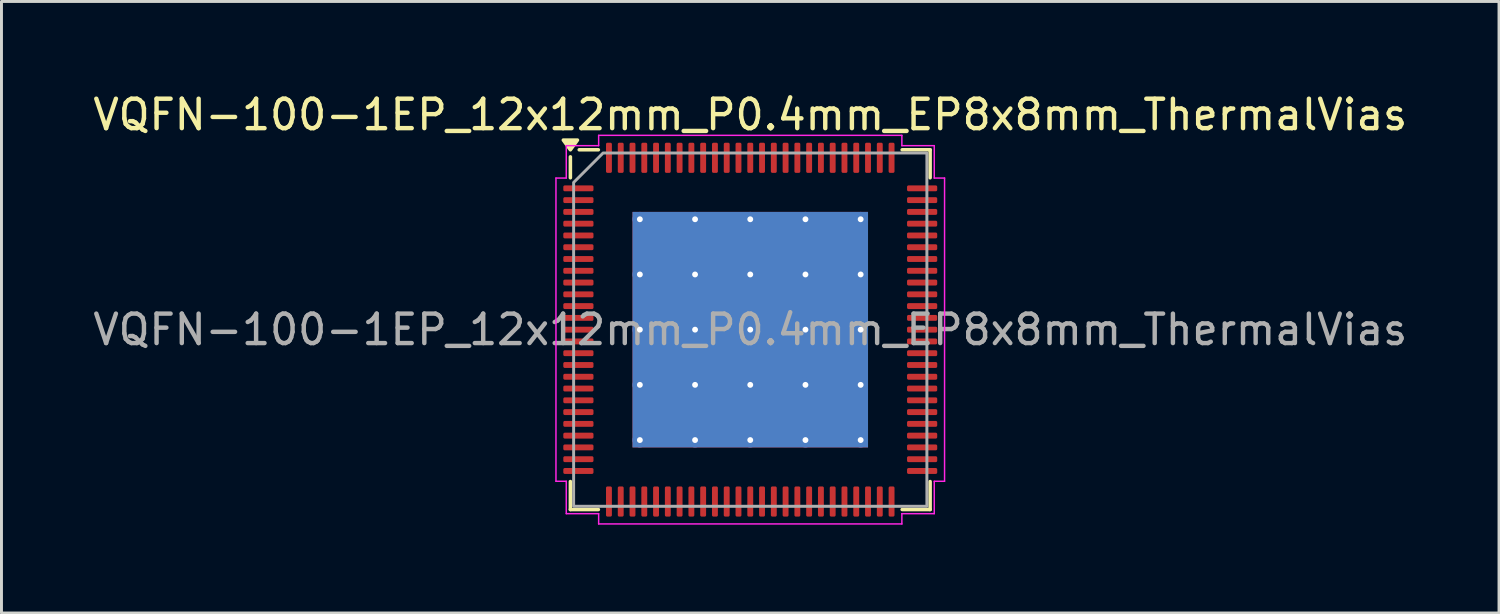
<source format=kicad_pcb>
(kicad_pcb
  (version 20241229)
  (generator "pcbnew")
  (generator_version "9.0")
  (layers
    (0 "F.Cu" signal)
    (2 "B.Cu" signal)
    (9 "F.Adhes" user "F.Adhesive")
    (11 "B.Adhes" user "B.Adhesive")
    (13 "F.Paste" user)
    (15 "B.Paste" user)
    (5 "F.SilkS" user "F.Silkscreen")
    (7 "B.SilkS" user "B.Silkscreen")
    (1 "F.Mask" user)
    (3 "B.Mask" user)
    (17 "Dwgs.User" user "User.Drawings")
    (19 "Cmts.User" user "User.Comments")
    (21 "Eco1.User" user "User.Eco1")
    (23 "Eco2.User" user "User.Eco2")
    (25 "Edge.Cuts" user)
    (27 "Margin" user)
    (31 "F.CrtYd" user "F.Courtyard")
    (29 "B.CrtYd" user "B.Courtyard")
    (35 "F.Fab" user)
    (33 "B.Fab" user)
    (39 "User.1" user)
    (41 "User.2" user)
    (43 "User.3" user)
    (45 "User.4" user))
  (footprint "VQFN-100-1EP_12x12mm_P0.4mm_EP8x8mm_ThermalVias"
    (layer "F.Cu")
    (at 22.435 8.148)
    (property "Reference" "VQFN-100-1EP_12x12mm_P0.4mm_EP8x8mm_ThermalVias" (at 0 -7.3 0) (layer "F.SilkS") (effects (font (size 1 1) (thickness 0.15))))
    (attr smd)
    (fp_line (start -6.11 -5.16) (end -6.11 -5.87) (stroke (width 0.12) (type solid)) (layer "F.SilkS"))
    (fp_line (start -6.11 6.11) (end -6.11 5.16) (stroke (width 0.12) (type solid)) (layer "F.SilkS"))
    (fp_line (start -5.16 -6.11) (end -5.81 -6.11) (stroke (width 0.12) (type solid)) (layer "F.SilkS"))
    (fp_line (start -5.16 6.11) (end -6.11 6.11) (stroke (width 0.12) (type solid)) (layer "F.SilkS"))
    (fp_line (start 5.16 -6.11) (end 6.11 -6.11) (stroke (width 0.12) (type solid)) (layer "F.SilkS"))
    (fp_line (start 5.16 6.11) (end 6.11 6.11) (stroke (width 0.12) (type solid)) (layer "F.SilkS"))
    (fp_line (start 6.11 -6.11) (end 6.11 -5.16) (stroke (width 0.12) (type solid)) (layer "F.SilkS"))
    (fp_line (start 6.11 6.11) (end 6.11 5.16) (stroke (width 0.12) (type solid)) (layer "F.SilkS"))
    (fp_poly (pts (xy -6.11 -6.11) (xy -6.35 -6.44) (xy -5.87 -6.44)) (stroke (width 0.12) (type solid)) (fill yes) (layer "F.SilkS"))
    (fp_line (start -6.6 -5.15) (end -6.25 -5.15) (stroke (width 0.05) (type solid)) (layer "F.CrtYd"))
    (fp_line (start -6.6 5.15) (end -6.6 -5.15) (stroke (width 0.05) (type solid)) (layer "F.CrtYd"))
    (fp_line (start -6.25 -6.25) (end -5.15 -6.25) (stroke (width 0.05) (type solid)) (layer "F.CrtYd"))
    (fp_line (start -6.25 -5.15) (end -6.25 -6.25) (stroke (width 0.05) (type solid)) (layer "F.CrtYd"))
    (fp_line (start -6.25 5.15) (end -6.6 5.15) (stroke (width 0.05) (type solid)) (layer "F.CrtYd"))
    (fp_line (start -6.25 6.25) (end -6.25 5.15) (stroke (width 0.05) (type solid)) (layer "F.CrtYd"))
    (fp_line (start -5.15 -6.6) (end 5.15 -6.6) (stroke (width 0.05) (type solid)) (layer "F.CrtYd"))
    (fp_line (start -5.15 -6.25) (end -5.15 -6.6) (stroke (width 0.05) (type solid)) (layer "F.CrtYd"))
    (fp_line (start -5.15 6.25) (end -6.25 6.25) (stroke (width 0.05) (type solid)) (layer "F.CrtYd"))
    (fp_line (start -5.15 6.6) (end -5.15 6.25) (stroke (width 0.05) (type solid)) (layer "F.CrtYd"))
    (fp_line (start 5.15 -6.6) (end 5.15 -6.25) (stroke (width 0.05) (type solid)) (layer "F.CrtYd"))
    (fp_line (start 5.15 -6.25) (end 6.25 -6.25) (stroke (width 0.05) (type solid)) (layer "F.CrtYd"))
    (fp_line (start 5.15 6.25) (end 5.15 6.6) (stroke (width 0.05) (type solid)) (layer "F.CrtYd"))
    (fp_line (start 5.15 6.6) (end -5.15 6.6) (stroke (width 0.05) (type solid)) (layer "F.CrtYd"))
    (fp_line (start 6.25 -6.25) (end 6.25 -5.15) (stroke (width 0.05) (type solid)) (layer "F.CrtYd"))
    (fp_line (start 6.25 -5.15) (end 6.6 -5.15) (stroke (width 0.05) (type solid)) (layer "F.CrtYd"))
    (fp_line (start 6.25 5.15) (end 6.25 6.25) (stroke (width 0.05) (type solid)) (layer "F.CrtYd"))
    (fp_line (start 6.25 6.25) (end 5.15 6.25) (stroke (width 0.05) (type solid)) (layer "F.CrtYd"))
    (fp_line (start 6.6 -5.15) (end 6.6 5.15) (stroke (width 0.05) (type solid)) (layer "F.CrtYd"))
    (fp_line (start 6.6 5.15) (end 6.25 5.15) (stroke (width 0.05) (type solid)) (layer "F.CrtYd"))
    (fp_poly (pts (xy -6 -5) (xy -6 6) (xy 6 6) (xy 6 -6) (xy -5 -6)) (stroke (width 0.1) (type solid)) (fill no) (layer "F.Fab"))
    (fp_text user "${REFERENCE}" (at 0 0 0) (layer "F.Fab") (effects (font (size 1 1) (thickness 0.15))))
    (pad "" smd roundrect (at -3 -3) (size 1.61 1.61) (layers "F.Paste") (roundrect_rratio 0.155))
    (pad "" smd roundrect (at -3 -1) (size 1.61 1.61) (layers "F.Paste") (roundrect_rratio 0.155))
    (pad "" smd roundrect (at -3 1) (size 1.61 1.61) (layers "F.Paste") (roundrect_rratio 0.155))
    (pad "" smd roundrect (at -3 3) (size 1.61 1.61) (layers "F.Paste") (roundrect_rratio 0.155))
    (pad "" smd roundrect (at -1 -3) (size 1.61 1.61) (layers "F.Paste") (roundrect_rratio 0.155))
    (pad "" smd roundrect (at -1 -1) (size 1.61 1.61) (layers "F.Paste") (roundrect_rratio 0.155))
    (pad "" smd roundrect (at -1 1) (size 1.61 1.61) (layers "F.Paste") (roundrect_rratio 0.155))
    (pad "" smd roundrect (at -1 3) (size 1.61 1.61) (layers "F.Paste") (roundrect_rratio 0.155))
    (pad "" smd roundrect (at 1 -3) (size 1.61 1.61) (layers "F.Paste") (roundrect_rratio 0.155))
    (pad "" smd roundrect (at 1 -1) (size 1.61 1.61) (layers "F.Paste") (roundrect_rratio 0.155))
    (pad "" smd roundrect (at 1 1) (size 1.61 1.61) (layers "F.Paste") (roundrect_rratio 0.155))
    (pad "" smd roundrect (at 1 3) (size 1.61 1.61) (layers "F.Paste") (roundrect_rratio 0.155))
    (pad "" smd roundrect (at 3 -3) (size 1.61 1.61) (layers "F.Paste") (roundrect_rratio 0.155))
    (pad "" smd roundrect (at 3 -1) (size 1.61 1.61) (layers "F.Paste") (roundrect_rratio 0.155))
    (pad "" smd roundrect (at 3 1) (size 1.61 1.61) (layers "F.Paste") (roundrect_rratio 0.155))
    (pad "" smd roundrect (at 3 3) (size 1.61 1.61) (layers "F.Paste") (roundrect_rratio 0.155))
    (pad "1" smd roundrect (at -5.838 -4.8) (size 1.025 0.2) (layers "F.Cu" "F.Mask" "F.Paste") (roundrect_rratio 0.25))
    (pad "2" smd roundrect (at -5.838 -4.4) (size 1.025 0.2) (layers "F.Cu" "F.Mask" "F.Paste") (roundrect_rratio 0.25))
    (pad "3" smd roundrect (at -5.838 -4) (size 1.025 0.2) (layers "F.Cu" "F.Mask" "F.Paste") (roundrect_rratio 0.25))
    (pad "4" smd roundrect (at -5.838 -3.6) (size 1.025 0.2) (layers "F.Cu" "F.Mask" "F.Paste") (roundrect_rratio 0.25))
    (pad "5" smd roundrect (at -5.838 -3.2) (size 1.025 0.2) (layers "F.Cu" "F.Mask" "F.Paste") (roundrect_rratio 0.25))
    (pad "6" smd roundrect (at -5.838 -2.8) (size 1.025 0.2) (layers "F.Cu" "F.Mask" "F.Paste") (roundrect_rratio 0.25))
    (pad "7" smd roundrect (at -5.838 -2.4) (size 1.025 0.2) (layers "F.Cu" "F.Mask" "F.Paste") (roundrect_rratio 0.25))
    (pad "8" smd roundrect (at -5.838 -2) (size 1.025 0.2) (layers "F.Cu" "F.Mask" "F.Paste") (roundrect_rratio 0.25))
    (pad "9" smd roundrect (at -5.838 -1.6) (size 1.025 0.2) (layers "F.Cu" "F.Mask" "F.Paste") (roundrect_rratio 0.25))
    (pad "10" smd roundrect (at -5.838 -1.2) (size 1.025 0.2) (layers "F.Cu" "F.Mask" "F.Paste") (roundrect_rratio 0.25))
    (pad "11" smd roundrect (at -5.838 -0.8) (size 1.025 0.2) (layers "F.Cu" "F.Mask" "F.Paste") (roundrect_rratio 0.25))
    (pad "12" smd roundrect (at -5.838 -0.4) (size 1.025 0.2) (layers "F.Cu" "F.Mask" "F.Paste") (roundrect_rratio 0.25))
    (pad "13" smd roundrect (at -5.838 0) (size 1.025 0.2) (layers "F.Cu" "F.Mask" "F.Paste") (roundrect_rratio 0.25))
    (pad "14" smd roundrect (at -5.838 0.4) (size 1.025 0.2) (layers "F.Cu" "F.Mask" "F.Paste") (roundrect_rratio 0.25))
    (pad "15" smd roundrect (at -5.838 0.8) (size 1.025 0.2) (layers "F.Cu" "F.Mask" "F.Paste") (roundrect_rratio 0.25))
    (pad "16" smd roundrect (at -5.838 1.2) (size 1.025 0.2) (layers "F.Cu" "F.Mask" "F.Paste") (roundrect_rratio 0.25))
    (pad "17" smd roundrect (at -5.838 1.6) (size 1.025 0.2) (layers "F.Cu" "F.Mask" "F.Paste") (roundrect_rratio 0.25))
    (pad "18" smd roundrect (at -5.838 2) (size 1.025 0.2) (layers "F.Cu" "F.Mask" "F.Paste") (roundrect_rratio 0.25))
    (pad "19" smd roundrect (at -5.838 2.4) (size 1.025 0.2) (layers "F.Cu" "F.Mask" "F.Paste") (roundrect_rratio 0.25))
    (pad "20" smd roundrect (at -5.838 2.8) (size 1.025 0.2) (layers "F.Cu" "F.Mask" "F.Paste") (roundrect_rratio 0.25))
    (pad "21" smd roundrect (at -5.838 3.2) (size 1.025 0.2) (layers "F.Cu" "F.Mask" "F.Paste") (roundrect_rratio 0.25))
    (pad "22" smd roundrect (at -5.838 3.6) (size 1.025 0.2) (layers "F.Cu" "F.Mask" "F.Paste") (roundrect_rratio 0.25))
    (pad "23" smd roundrect (at -5.838 4) (size 1.025 0.2) (layers "F.Cu" "F.Mask" "F.Paste") (roundrect_rratio 0.25))
    (pad "24" smd roundrect (at -5.838 4.4) (size 1.025 0.2) (layers "F.Cu" "F.Mask" "F.Paste") (roundrect_rratio 0.25))
    (pad "25" smd roundrect (at -5.838 4.8) (size 1.025 0.2) (layers "F.Cu" "F.Mask" "F.Paste") (roundrect_rratio 0.25))
    (pad "26" smd roundrect (at -4.8 5.838) (size 0.2 1.025) (layers "F.Cu" "F.Mask" "F.Paste") (roundrect_rratio 0.25))
    (pad "27" smd roundrect (at -4.4 5.838) (size 0.2 1.025) (layers "F.Cu" "F.Mask" "F.Paste") (roundrect_rratio 0.25))
    (pad "28" smd roundrect (at -4 5.838) (size 0.2 1.025) (layers "F.Cu" "F.Mask" "F.Paste") (roundrect_rratio 0.25))
    (pad "29" smd roundrect (at -3.6 5.838) (size 0.2 1.025) (layers "F.Cu" "F.Mask" "F.Paste") (roundrect_rratio 0.25))
    (pad "30" smd roundrect (at -3.2 5.838) (size 0.2 1.025) (layers "F.Cu" "F.Mask" "F.Paste") (roundrect_rratio 0.25))
    (pad "31" smd roundrect (at -2.8 5.838) (size 0.2 1.025) (layers "F.Cu" "F.Mask" "F.Paste") (roundrect_rratio 0.25))
    (pad "32" smd roundrect (at -2.4 5.838) (size 0.2 1.025) (layers "F.Cu" "F.Mask" "F.Paste") (roundrect_rratio 0.25))
    (pad "33" smd roundrect (at -2 5.838) (size 0.2 1.025) (layers "F.Cu" "F.Mask" "F.Paste") (roundrect_rratio 0.25))
    (pad "34" smd roundrect (at -1.6 5.838) (size 0.2 1.025) (layers "F.Cu" "F.Mask" "F.Paste") (roundrect_rratio 0.25))
    (pad "35" smd roundrect (at -1.2 5.838) (size 0.2 1.025) (layers "F.Cu" "F.Mask" "F.Paste") (roundrect_rratio 0.25))
    (pad "36" smd roundrect (at -0.8 5.838) (size 0.2 1.025) (layers "F.Cu" "F.Mask" "F.Paste") (roundrect_rratio 0.25))
    (pad "37" smd roundrect (at -0.4 5.838) (size 0.2 1.025) (layers "F.Cu" "F.Mask" "F.Paste") (roundrect_rratio 0.25))
    (pad "38" smd roundrect (at 0 5.838) (size 0.2 1.025) (layers "F.Cu" "F.Mask" "F.Paste") (roundrect_rratio 0.25))
    (pad "39" smd roundrect (at 0.4 5.838) (size 0.2 1.025) (layers "F.Cu" "F.Mask" "F.Paste") (roundrect_rratio 0.25))
    (pad "40" smd roundrect (at 0.8 5.838) (size 0.2 1.025) (layers "F.Cu" "F.Mask" "F.Paste") (roundrect_rratio 0.25))
    (pad "41" smd roundrect (at 1.2 5.838) (size 0.2 1.025) (layers "F.Cu" "F.Mask" "F.Paste") (roundrect_rratio 0.25))
    (pad "42" smd roundrect (at 1.6 5.838) (size 0.2 1.025) (layers "F.Cu" "F.Mask" "F.Paste") (roundrect_rratio 0.25))
    (pad "43" smd roundrect (at 2 5.838) (size 0.2 1.025) (layers "F.Cu" "F.Mask" "F.Paste") (roundrect_rratio 0.25))
    (pad "44" smd roundrect (at 2.4 5.838) (size 0.2 1.025) (layers "F.Cu" "F.Mask" "F.Paste") (roundrect_rratio 0.25))
    (pad "45" smd roundrect (at 2.8 5.838) (size 0.2 1.025) (layers "F.Cu" "F.Mask" "F.Paste") (roundrect_rratio 0.25))
    (pad "46" smd roundrect (at 3.2 5.838) (size 0.2 1.025) (layers "F.Cu" "F.Mask" "F.Paste") (roundrect_rratio 0.25))
    (pad "47" smd roundrect (at 3.6 5.838) (size 0.2 1.025) (layers "F.Cu" "F.Mask" "F.Paste") (roundrect_rratio 0.25))
    (pad "48" smd roundrect (at 4 5.838) (size 0.2 1.025) (layers "F.Cu" "F.Mask" "F.Paste") (roundrect_rratio 0.25))
    (pad "49" smd roundrect (at 4.4 5.838) (size 0.2 1.025) (layers "F.Cu" "F.Mask" "F.Paste") (roundrect_rratio 0.25))
    (pad "50" smd roundrect (at 4.8 5.838) (size 0.2 1.025) (layers "F.Cu" "F.Mask" "F.Paste") (roundrect_rratio 0.25))
    (pad "51" smd roundrect (at 5.838 4.8) (size 1.025 0.2) (layers "F.Cu" "F.Mask" "F.Paste") (roundrect_rratio 0.25))
    (pad "52" smd roundrect (at 5.838 4.4) (size 1.025 0.2) (layers "F.Cu" "F.Mask" "F.Paste") (roundrect_rratio 0.25))
    (pad "53" smd roundrect (at 5.838 4) (size 1.025 0.2) (layers "F.Cu" "F.Mask" "F.Paste") (roundrect_rratio 0.25))
    (pad "54" smd roundrect (at 5.838 3.6) (size 1.025 0.2) (layers "F.Cu" "F.Mask" "F.Paste") (roundrect_rratio 0.25))
    (pad "55" smd roundrect (at 5.838 3.2) (size 1.025 0.2) (layers "F.Cu" "F.Mask" "F.Paste") (roundrect_rratio 0.25))
    (pad "56" smd roundrect (at 5.838 2.8) (size 1.025 0.2) (layers "F.Cu" "F.Mask" "F.Paste") (roundrect_rratio 0.25))
    (pad "57" smd roundrect (at 5.838 2.4) (size 1.025 0.2) (layers "F.Cu" "F.Mask" "F.Paste") (roundrect_rratio 0.25))
    (pad "58" smd roundrect (at 5.838 2) (size 1.025 0.2) (layers "F.Cu" "F.Mask" "F.Paste") (roundrect_rratio 0.25))
    (pad "59" smd roundrect (at 5.838 1.6) (size 1.025 0.2) (layers "F.Cu" "F.Mask" "F.Paste") (roundrect_rratio 0.25))
    (pad "60" smd roundrect (at 5.838 1.2) (size 1.025 0.2) (layers "F.Cu" "F.Mask" "F.Paste") (roundrect_rratio 0.25))
    (pad "61" smd roundrect (at 5.838 0.8) (size 1.025 0.2) (layers "F.Cu" "F.Mask" "F.Paste") (roundrect_rratio 0.25))
    (pad "62" smd roundrect (at 5.838 0.4) (size 1.025 0.2) (layers "F.Cu" "F.Mask" "F.Paste") (roundrect_rratio 0.25))
    (pad "63" smd roundrect (at 5.838 0) (size 1.025 0.2) (layers "F.Cu" "F.Mask" "F.Paste") (roundrect_rratio 0.25))
    (pad "64" smd roundrect (at 5.838 -0.4) (size 1.025 0.2) (layers "F.Cu" "F.Mask" "F.Paste") (roundrect_rratio 0.25))
    (pad "65" smd roundrect (at 5.838 -0.8) (size 1.025 0.2) (layers "F.Cu" "F.Mask" "F.Paste") (roundrect_rratio 0.25))
    (pad "66" smd roundrect (at 5.838 -1.2) (size 1.025 0.2) (layers "F.Cu" "F.Mask" "F.Paste") (roundrect_rratio 0.25))
    (pad "67" smd roundrect (at 5.838 -1.6) (size 1.025 0.2) (layers "F.Cu" "F.Mask" "F.Paste") (roundrect_rratio 0.25))
    (pad "68" smd roundrect (at 5.838 -2) (size 1.025 0.2) (layers "F.Cu" "F.Mask" "F.Paste") (roundrect_rratio 0.25))
    (pad "69" smd roundrect (at 5.838 -2.4) (size 1.025 0.2) (layers "F.Cu" "F.Mask" "F.Paste") (roundrect_rratio 0.25))
    (pad "70" smd roundrect (at 5.838 -2.8) (size 1.025 0.2) (layers "F.Cu" "F.Mask" "F.Paste") (roundrect_rratio 0.25))
    (pad "71" smd roundrect (at 5.838 -3.2) (size 1.025 0.2) (layers "F.Cu" "F.Mask" "F.Paste") (roundrect_rratio 0.25))
    (pad "72" smd roundrect (at 5.838 -3.6) (size 1.025 0.2) (layers "F.Cu" "F.Mask" "F.Paste") (roundrect_rratio 0.25))
    (pad "73" smd roundrect (at 5.838 -4) (size 1.025 0.2) (layers "F.Cu" "F.Mask" "F.Paste") (roundrect_rratio 0.25))
    (pad "74" smd roundrect (at 5.838 -4.4) (size 1.025 0.2) (layers "F.Cu" "F.Mask" "F.Paste") (roundrect_rratio 0.25))
    (pad "75" smd roundrect (at 5.838 -4.8) (size 1.025 0.2) (layers "F.Cu" "F.Mask" "F.Paste") (roundrect_rratio 0.25))
    (pad "76" smd roundrect (at 4.8 -5.838) (size 0.2 1.025) (layers "F.Cu" "F.Mask" "F.Paste") (roundrect_rratio 0.25))
    (pad "77" smd roundrect (at 4.4 -5.838) (size 0.2 1.025) (layers "F.Cu" "F.Mask" "F.Paste") (roundrect_rratio 0.25))
    (pad "78" smd roundrect (at 4 -5.838) (size 0.2 1.025) (layers "F.Cu" "F.Mask" "F.Paste") (roundrect_rratio 0.25))
    (pad "79" smd roundrect (at 3.6 -5.838) (size 0.2 1.025) (layers "F.Cu" "F.Mask" "F.Paste") (roundrect_rratio 0.25))
    (pad "80" smd roundrect (at 3.2 -5.838) (size 0.2 1.025) (layers "F.Cu" "F.Mask" "F.Paste") (roundrect_rratio 0.25))
    (pad "81" smd roundrect (at 2.8 -5.838) (size 0.2 1.025) (layers "F.Cu" "F.Mask" "F.Paste") (roundrect_rratio 0.25))
    (pad "82" smd roundrect (at 2.4 -5.838) (size 0.2 1.025) (layers "F.Cu" "F.Mask" "F.Paste") (roundrect_rratio 0.25))
    (pad "83" smd roundrect (at 2 -5.838) (size 0.2 1.025) (layers "F.Cu" "F.Mask" "F.Paste") (roundrect_rratio 0.25))
    (pad "84" smd roundrect (at 1.6 -5.838) (size 0.2 1.025) (layers "F.Cu" "F.Mask" "F.Paste") (roundrect_rratio 0.25))
    (pad "85" smd roundrect (at 1.2 -5.838) (size 0.2 1.025) (layers "F.Cu" "F.Mask" "F.Paste") (roundrect_rratio 0.25))
    (pad "86" smd roundrect (at 0.8 -5.838) (size 0.2 1.025) (layers "F.Cu" "F.Mask" "F.Paste") (roundrect_rratio 0.25))
    (pad "87" smd roundrect (at 0.4 -5.838) (size 0.2 1.025) (layers "F.Cu" "F.Mask" "F.Paste") (roundrect_rratio 0.25))
    (pad "88" smd roundrect (at 0 -5.838) (size 0.2 1.025) (layers "F.Cu" "F.Mask" "F.Paste") (roundrect_rratio 0.25))
    (pad "89" smd roundrect (at -0.4 -5.838) (size 0.2 1.025) (layers "F.Cu" "F.Mask" "F.Paste") (roundrect_rratio 0.25))
    (pad "90" smd roundrect (at -0.8 -5.838) (size 0.2 1.025) (layers "F.Cu" "F.Mask" "F.Paste") (roundrect_rratio 0.25))
    (pad "91" smd roundrect (at -1.2 -5.838) (size 0.2 1.025) (layers "F.Cu" "F.Mask" "F.Paste") (roundrect_rratio 0.25))
    (pad "92" smd roundrect (at -1.6 -5.838) (size 0.2 1.025) (layers "F.Cu" "F.Mask" "F.Paste") (roundrect_rratio 0.25))
    (pad "93" smd roundrect (at -2 -5.838) (size 0.2 1.025) (layers "F.Cu" "F.Mask" "F.Paste") (roundrect_rratio 0.25))
    (pad "94" smd roundrect (at -2.4 -5.838) (size 0.2 1.025) (layers "F.Cu" "F.Mask" "F.Paste") (roundrect_rratio 0.25))
    (pad "95" smd roundrect (at -2.8 -5.838) (size 0.2 1.025) (layers "F.Cu" "F.Mask" "F.Paste") (roundrect_rratio 0.25))
    (pad "96" smd roundrect (at -3.2 -5.838) (size 0.2 1.025) (layers "F.Cu" "F.Mask" "F.Paste") (roundrect_rratio 0.25))
    (pad "97" smd roundrect (at -3.6 -5.838) (size 0.2 1.025) (layers "F.Cu" "F.Mask" "F.Paste") (roundrect_rratio 0.25))
    (pad "98" smd roundrect (at -4 -5.838) (size 0.2 1.025) (layers "F.Cu" "F.Mask" "F.Paste") (roundrect_rratio 0.25))
    (pad "99" smd roundrect (at -4.4 -5.838) (size 0.2 1.025) (layers "F.Cu" "F.Mask" "F.Paste") (roundrect_rratio 0.25))
    (pad "100" smd roundrect (at -4.8 -5.838) (size 0.2 1.025) (layers "F.Cu" "F.Mask" "F.Paste") (roundrect_rratio 0.25))
    (pad "101" thru_hole circle (at -3.75 -3.75) (size 0.5 0.5) (drill 0.2) (property pad_prop_heatsink) (layers "*.Cu"))
    (pad "101" thru_hole circle (at -3.75 -1.875) (size 0.5 0.5) (drill 0.2) (property pad_prop_heatsink) (layers "*.Cu"))
    (pad "101" thru_hole circle (at -3.75 0) (size 0.5 0.5) (drill 0.2) (property pad_prop_heatsink) (layers "*.Cu"))
    (pad "101" thru_hole circle (at -3.75 1.875) (size 0.5 0.5) (drill 0.2) (property pad_prop_heatsink) (layers "*.Cu"))
    (pad "101" thru_hole circle (at -3.75 3.75) (size 0.5 0.5) (drill 0.2) (property pad_prop_heatsink) (layers "*.Cu"))
    (pad "101" thru_hole circle (at -1.875 -3.75) (size 0.5 0.5) (drill 0.2) (property pad_prop_heatsink) (layers "*.Cu"))
    (pad "101" thru_hole circle (at -1.875 -1.875) (size 0.5 0.5) (drill 0.2) (property pad_prop_heatsink) (layers "*.Cu"))
    (pad "101" thru_hole circle (at -1.875 0) (size 0.5 0.5) (drill 0.2) (property pad_prop_heatsink) (layers "*.Cu"))
    (pad "101" thru_hole circle (at -1.875 1.875) (size 0.5 0.5) (drill 0.2) (property pad_prop_heatsink) (layers "*.Cu"))
    (pad "101" thru_hole circle (at -1.875 3.75) (size 0.5 0.5) (drill 0.2) (property pad_prop_heatsink) (layers "*.Cu"))
    (pad "101" thru_hole circle (at 0 -3.75) (size 0.5 0.5) (drill 0.2) (property pad_prop_heatsink) (layers "*.Cu"))
    (pad "101" thru_hole circle (at 0 -1.875) (size 0.5 0.5) (drill 0.2) (property pad_prop_heatsink) (layers "*.Cu"))
    (pad "101" thru_hole circle (at 0 0) (size 0.5 0.5) (drill 0.2) (property pad_prop_heatsink) (layers "*.Cu"))
    (pad "101" smd rect (at 0 0) (size 8 8) (property pad_prop_heatsink) (layers "F.Cu" "F.Mask"))
    (pad "101" smd rect (at 0 0) (size 8 8) (property pad_prop_heatsink) (layers "B.Cu"))
    (pad "101" thru_hole circle (at 0 1.875) (size 0.5 0.5) (drill 0.2) (property pad_prop_heatsink) (layers "*.Cu"))
    (pad "101" thru_hole circle (at 0 3.75) (size 0.5 0.5) (drill 0.2) (property pad_prop_heatsink) (layers "*.Cu"))
    (pad "101" thru_hole circle (at 1.875 -3.75) (size 0.5 0.5) (drill 0.2) (property pad_prop_heatsink) (layers "*.Cu"))
    (pad "101" thru_hole circle (at 1.875 -1.875) (size 0.5 0.5) (drill 0.2) (property pad_prop_heatsink) (layers "*.Cu"))
    (pad "101" thru_hole circle (at 1.875 0) (size 0.5 0.5) (drill 0.2) (property pad_prop_heatsink) (layers "*.Cu"))
    (pad "101" thru_hole circle (at 1.875 1.875) (size 0.5 0.5) (drill 0.2) (property pad_prop_heatsink) (layers "*.Cu"))
    (pad "101" thru_hole circle (at 1.875 3.75) (size 0.5 0.5) (drill 0.2) (property pad_prop_heatsink) (layers "*.Cu"))
    (pad "101" thru_hole circle (at 3.75 -3.75) (size 0.5 0.5) (drill 0.2) (property pad_prop_heatsink) (layers "*.Cu"))
    (pad "101" thru_hole circle (at 3.75 -1.875) (size 0.5 0.5) (drill 0.2) (property pad_prop_heatsink) (layers "*.Cu"))
    (pad "101" thru_hole circle (at 3.75 0) (size 0.5 0.5) (drill 0.2) (property pad_prop_heatsink) (layers "*.Cu"))
    (pad "101" thru_hole circle (at 3.75 1.875) (size 0.5 0.5) (drill 0.2) (property pad_prop_heatsink) (layers "*.Cu"))
    (pad "101" thru_hole circle (at 3.75 3.75) (size 0.5 0.5) (drill 0.2) (property pad_prop_heatsink) (layers "*.Cu")))
  (gr_rect
    (start -3 -3)
    (end 47.869 17.773)
    (stroke (width 0.1) (type default))
    (fill no)
    (layer "Edge.Cuts")))
</source>
